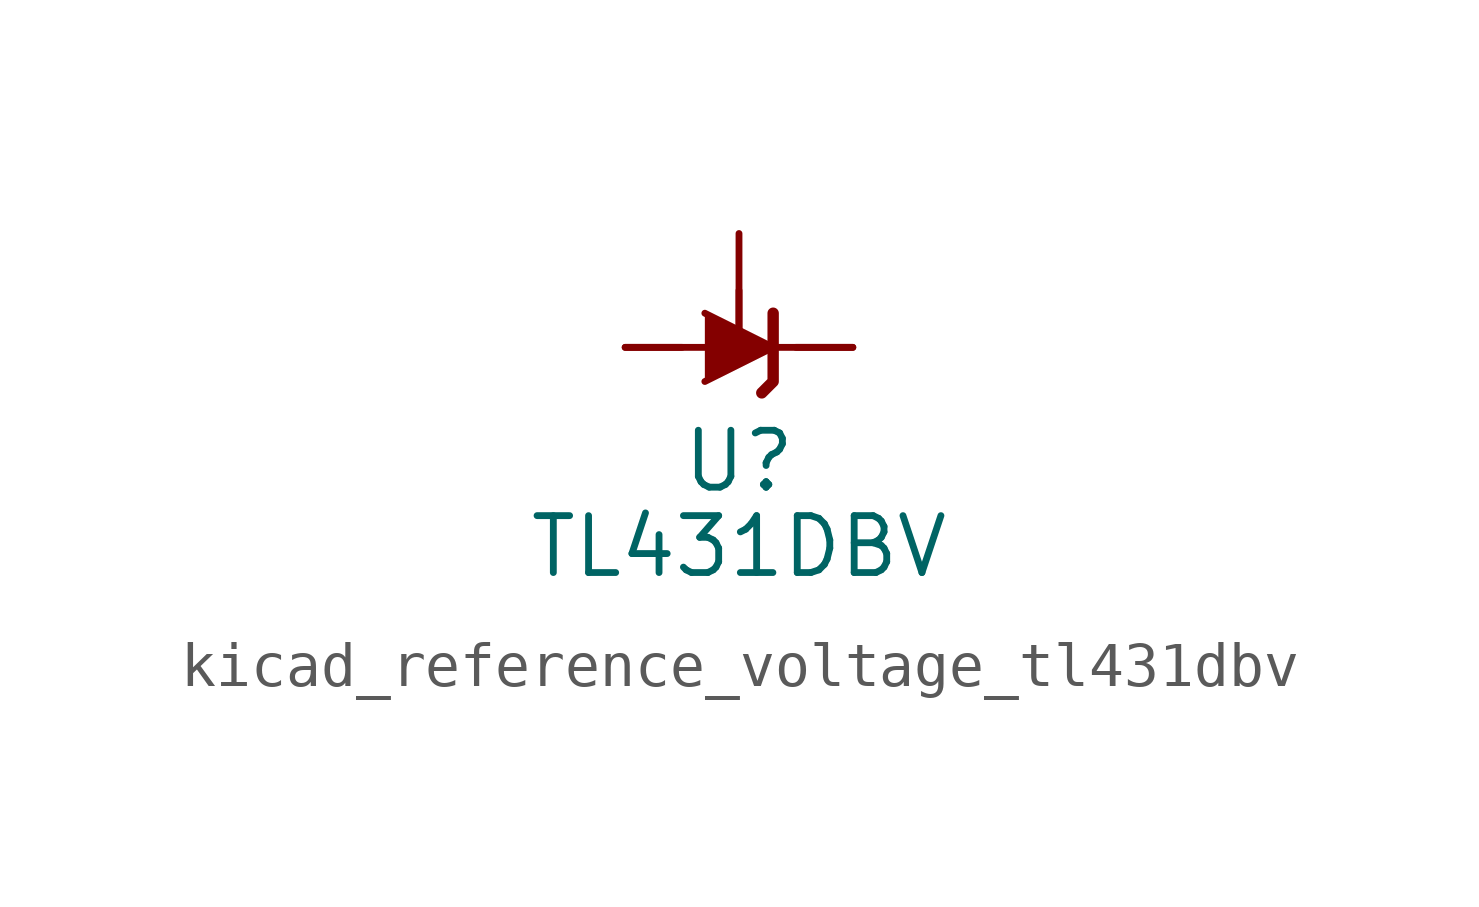
<source format=kicad_sym>
(kicad_symbol_lib
  (version 20220914)
  (generator kicad_symbol_editor)
  (symbol "kicad_reference_voltage_tl431dbv"
    (pin_numbers hide)
    (pin_names hide)
    (property "Reference" "U"
      (at 0 -2.54 0)
      (effects (font (size 1.27 1.27))))
    (property "Value" "TL431DBV"
      (at 0 -4.445 0)
      (effects (font (size 1.27 1.27))))
    (symbol "kicad_reference_voltage_tl431dbv_0_1"
      (polyline (pts (xy -2.54 0) (xy 0 0) (xy 2.54 0)) (stroke (width 0) (type default)) (fill (type none)))
      (polyline (pts (xy -0.762 0.762) (xy 0.762 0) (xy -0.762 -0.762)) (stroke (width 0) (type default)) (fill (type outline)))
      (polyline (pts (xy 0.508 -1.016) (xy 0.762 -0.762) (xy 0.762 0.762) (xy 0.762 0.762)) (stroke (width 0.254) (type default)) (fill (type none))))
    (symbol "kicad_reference_voltage_tl431dbv_1_1"
      (polyline (pts (xy 0 1.27) (xy 0 0)) (stroke (width 0) (type default)) (fill (type none)))
      (pin passive line (at 2.54 0 180) (length 1.27) (name "K" (effects (font (size 1.27 1.27)))) (number "3" (effects (font (size 1.27 1.27)))))
      (pin passive line (at 0 2.54 270) (length 2.54) (name "REF" (effects (font (size 1.27 1.27)))) (number "4" (effects (font (size 1.27 1.27)))))
      (pin passive line (at -2.54 0 0) (length 1.27) (name "A" (effects (font (size 1.27 1.27)))) (number "5" (effects (font (size 1.27 1.27))))))))
</source>
